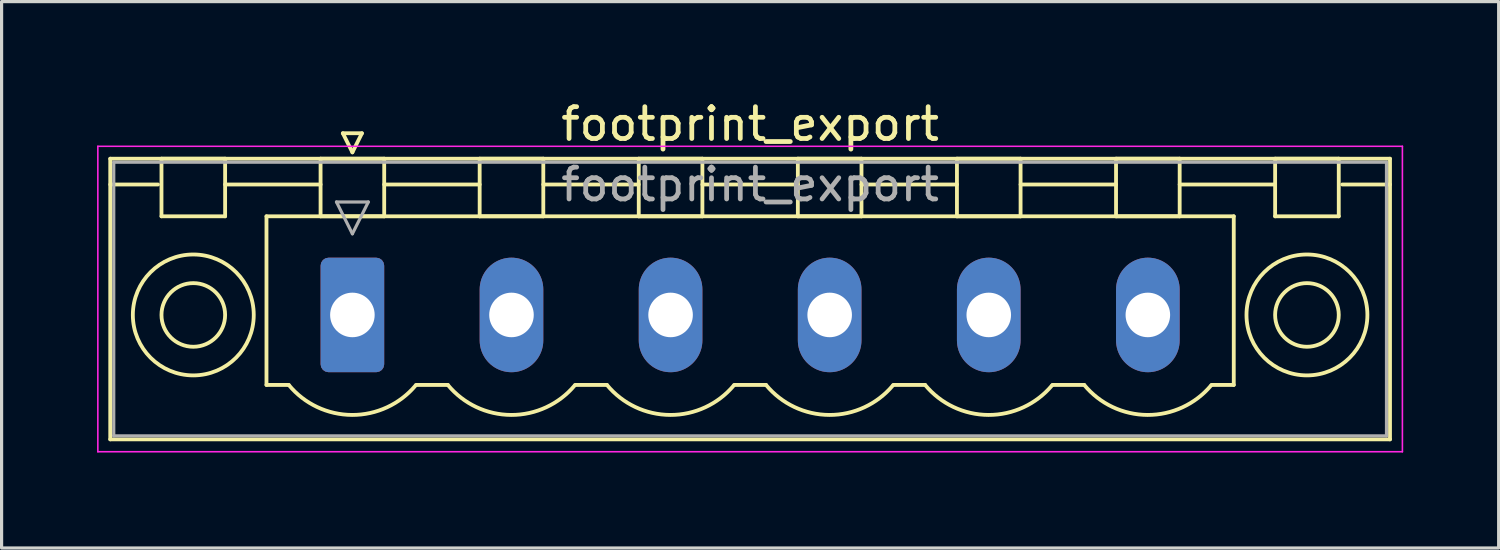
<source format=kicad_pcb>
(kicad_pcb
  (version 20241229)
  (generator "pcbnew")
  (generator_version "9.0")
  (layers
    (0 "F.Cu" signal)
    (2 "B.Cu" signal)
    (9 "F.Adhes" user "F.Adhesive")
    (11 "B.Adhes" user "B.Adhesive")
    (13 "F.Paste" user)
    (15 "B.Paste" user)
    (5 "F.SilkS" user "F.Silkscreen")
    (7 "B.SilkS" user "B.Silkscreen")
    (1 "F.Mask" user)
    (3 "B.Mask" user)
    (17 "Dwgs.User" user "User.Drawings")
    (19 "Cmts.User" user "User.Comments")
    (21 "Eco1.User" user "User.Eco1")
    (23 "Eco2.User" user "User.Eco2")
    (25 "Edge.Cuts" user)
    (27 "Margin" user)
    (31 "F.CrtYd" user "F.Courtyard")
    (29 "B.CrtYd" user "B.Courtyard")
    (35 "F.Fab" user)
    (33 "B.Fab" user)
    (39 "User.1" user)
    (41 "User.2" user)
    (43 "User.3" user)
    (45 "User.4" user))
  (footprint "footprint_export"
    (layer "F.Cu")
    (at 8.025 6.848)
    (property "Reference" "footprint_export" (at 12.5 -6 0) (layer "F.SilkS") (effects (font (size 1 1) (thickness 0.15))))
    (attr through_hole)
    (fp_line (start -7.61 -4.91) (end -7.61 3.91) (stroke (width 0.12) (type solid)) (layer "F.SilkS"))
    (fp_line (start -7.61 -4.1) (end -6.11 -4.1) (stroke (width 0.12) (type solid)) (layer "F.SilkS"))
    (fp_line (start -7.61 3.91) (end 32.61 3.91) (stroke (width 0.12) (type solid)) (layer "F.SilkS"))
    (fp_line (start -6 -4.91) (end -4 -4.91) (stroke (width 0.12) (type solid)) (layer "F.SilkS"))
    (fp_line (start -6 -3.1) (end -6 -4.91) (stroke (width 0.12) (type solid)) (layer "F.SilkS"))
    (fp_line (start -4 -4.91) (end -4 -3.1) (stroke (width 0.12) (type solid)) (layer "F.SilkS"))
    (fp_line (start -4 -4.1) (end -1 -4.1) (stroke (width 0.12) (type solid)) (layer "F.SilkS"))
    (fp_line (start -4 -3.1) (end -6 -3.1) (stroke (width 0.12) (type solid)) (layer "F.SilkS"))
    (fp_line (start -2.7 -3.1) (end 27.7 -3.1) (stroke (width 0.12) (type solid)) (layer "F.SilkS"))
    (fp_line (start -2.7 2.2) (end -2.7 -3.1) (stroke (width 0.12) (type solid)) (layer "F.SilkS"))
    (fp_line (start -2 2.2) (end -2.7 2.2) (stroke (width 0.12) (type solid)) (layer "F.SilkS"))
    (fp_line (start -1 -4.91) (end 1 -4.91) (stroke (width 0.12) (type solid)) (layer "F.SilkS"))
    (fp_line (start -1 -3.1) (end -1 -4.91) (stroke (width 0.12) (type solid)) (layer "F.SilkS"))
    (fp_line (start -0.3 -5.71) (end 0.3 -5.71) (stroke (width 0.12) (type solid)) (layer "F.SilkS"))
    (fp_line (start 0 -5.11) (end -0.3 -5.71) (stroke (width 0.12) (type solid)) (layer "F.SilkS"))
    (fp_line (start 0.3 -5.71) (end 0 -5.11) (stroke (width 0.12) (type solid)) (layer "F.SilkS"))
    (fp_line (start 1 -4.91) (end 1 -3.1) (stroke (width 0.12) (type solid)) (layer "F.SilkS"))
    (fp_line (start 1 -4.1) (end 4 -4.1) (stroke (width 0.12) (type solid)) (layer "F.SilkS"))
    (fp_line (start 1 -3.1) (end -1 -3.1) (stroke (width 0.12) (type solid)) (layer "F.SilkS"))
    (fp_line (start 2 2.2) (end 3 2.2) (stroke (width 0.12) (type solid)) (layer "F.SilkS"))
    (fp_line (start 4 -4.91) (end 6 -4.91) (stroke (width 0.12) (type solid)) (layer "F.SilkS"))
    (fp_line (start 4 -3.1) (end 4 -4.91) (stroke (width 0.12) (type solid)) (layer "F.SilkS"))
    (fp_line (start 6 -4.91) (end 6 -3.1) (stroke (width 0.12) (type solid)) (layer "F.SilkS"))
    (fp_line (start 6 -4.1) (end 9 -4.1) (stroke (width 0.12) (type solid)) (layer "F.SilkS"))
    (fp_line (start 6 -3.1) (end 4 -3.1) (stroke (width 0.12) (type solid)) (layer "F.SilkS"))
    (fp_line (start 7 2.2) (end 8 2.2) (stroke (width 0.12) (type solid)) (layer "F.SilkS"))
    (fp_line (start 9 -4.91) (end 11 -4.91) (stroke (width 0.12) (type solid)) (layer "F.SilkS"))
    (fp_line (start 9 -3.1) (end 9 -4.91) (stroke (width 0.12) (type solid)) (layer "F.SilkS"))
    (fp_line (start 11 -4.91) (end 11 -3.1) (stroke (width 0.12) (type solid)) (layer "F.SilkS"))
    (fp_line (start 11 -4.1) (end 14 -4.1) (stroke (width 0.12) (type solid)) (layer "F.SilkS"))
    (fp_line (start 11 -3.1) (end 9 -3.1) (stroke (width 0.12) (type solid)) (layer "F.SilkS"))
    (fp_line (start 12 2.2) (end 13 2.2) (stroke (width 0.12) (type solid)) (layer "F.SilkS"))
    (fp_line (start 14 -4.91) (end 16 -4.91) (stroke (width 0.12) (type solid)) (layer "F.SilkS"))
    (fp_line (start 14 -3.1) (end 14 -4.91) (stroke (width 0.12) (type solid)) (layer "F.SilkS"))
    (fp_line (start 16 -4.91) (end 16 -3.1) (stroke (width 0.12) (type solid)) (layer "F.SilkS"))
    (fp_line (start 16 -4.1) (end 19 -4.1) (stroke (width 0.12) (type solid)) (layer "F.SilkS"))
    (fp_line (start 16 -3.1) (end 14 -3.1) (stroke (width 0.12) (type solid)) (layer "F.SilkS"))
    (fp_line (start 17 2.2) (end 18 2.2) (stroke (width 0.12) (type solid)) (layer "F.SilkS"))
    (fp_line (start 19 -4.91) (end 21 -4.91) (stroke (width 0.12) (type solid)) (layer "F.SilkS"))
    (fp_line (start 19 -3.1) (end 19 -4.91) (stroke (width 0.12) (type solid)) (layer "F.SilkS"))
    (fp_line (start 21 -4.91) (end 21 -3.1) (stroke (width 0.12) (type solid)) (layer "F.SilkS"))
    (fp_line (start 21 -4.1) (end 24 -4.1) (stroke (width 0.12) (type solid)) (layer "F.SilkS"))
    (fp_line (start 21 -3.1) (end 19 -3.1) (stroke (width 0.12) (type solid)) (layer "F.SilkS"))
    (fp_line (start 22 2.2) (end 23 2.2) (stroke (width 0.12) (type solid)) (layer "F.SilkS"))
    (fp_line (start 24 -4.91) (end 26 -4.91) (stroke (width 0.12) (type solid)) (layer "F.SilkS"))
    (fp_line (start 24 -3.1) (end 24 -4.91) (stroke (width 0.12) (type solid)) (layer "F.SilkS"))
    (fp_line (start 26 -4.91) (end 26 -3.1) (stroke (width 0.12) (type solid)) (layer "F.SilkS"))
    (fp_line (start 26 -4.1) (end 29 -4.1) (stroke (width 0.12) (type solid)) (layer "F.SilkS"))
    (fp_line (start 26 -3.1) (end 24 -3.1) (stroke (width 0.12) (type solid)) (layer "F.SilkS"))
    (fp_line (start 27.7 -3.1) (end 27.7 2.2) (stroke (width 0.12) (type solid)) (layer "F.SilkS"))
    (fp_line (start 27.7 2.2) (end 27 2.2) (stroke (width 0.12) (type solid)) (layer "F.SilkS"))
    (fp_line (start 29 -4.91) (end 31 -4.91) (stroke (width 0.12) (type solid)) (layer "F.SilkS"))
    (fp_line (start 29 -3.1) (end 29 -4.91) (stroke (width 0.12) (type solid)) (layer "F.SilkS"))
    (fp_line (start 31 -4.91) (end 31 -3.1) (stroke (width 0.12) (type solid)) (layer "F.SilkS"))
    (fp_line (start 31 -3.1) (end 29 -3.1) (stroke (width 0.12) (type solid)) (layer "F.SilkS"))
    (fp_line (start 32.61 -4.91) (end -7.61 -4.91) (stroke (width 0.12) (type solid)) (layer "F.SilkS"))
    (fp_line (start 32.61 -4.1) (end 31.11 -4.1) (stroke (width 0.12) (type solid)) (layer "F.SilkS"))
    (fp_line (start 32.61 3.91) (end 32.61 -4.91) (stroke (width 0.12) (type solid)) (layer "F.SilkS"))
    (fp_arc (start 1.986842 2.215821) (mid -0.010289 3.142758) (end -2 2.2) (stroke (width 0.12) (type solid)) (layer "F.SilkS"))
    (fp_arc (start 6.986842 2.215821) (mid 4.989711 3.142758) (end 3 2.2) (stroke (width 0.12) (type solid)) (layer "F.SilkS"))
    (fp_arc (start 11.986842 2.215821) (mid 9.989711 3.142758) (end 8 2.2) (stroke (width 0.12) (type solid)) (layer "F.SilkS"))
    (fp_arc (start 16.986842 2.215821) (mid 14.989711 3.142758) (end 13 2.2) (stroke (width 0.12) (type solid)) (layer "F.SilkS"))
    (fp_arc (start 21.986842 2.215821) (mid 19.989711 3.142758) (end 18 2.2) (stroke (width 0.12) (type solid)) (layer "F.SilkS"))
    (fp_arc (start 26.986842 2.215821) (mid 24.989711 3.142758) (end 23 2.2) (stroke (width 0.12) (type solid)) (layer "F.SilkS"))
    (fp_circle (center -5 0) (end -4 0) (stroke (width 0.12) (type solid)) (fill no) (layer "F.SilkS"))
    (fp_circle (center -5 0) (end -3.1 0) (stroke (width 0.12) (type solid)) (fill no) (layer "F.SilkS"))
    (fp_circle (center 30 0) (end 31 0) (stroke (width 0.12) (type solid)) (fill no) (layer "F.SilkS"))
    (fp_circle (center 30 0) (end 31.9 0) (stroke (width 0.12) (type solid)) (fill no) (layer "F.SilkS"))
    (fp_line (start -8 -5.3) (end -8 4.3) (stroke (width 0.05) (type solid)) (layer "F.CrtYd"))
    (fp_line (start -8 4.3) (end 33 4.3) (stroke (width 0.05) (type solid)) (layer "F.CrtYd"))
    (fp_line (start 33 -5.3) (end -8 -5.3) (stroke (width 0.05) (type solid)) (layer "F.CrtYd"))
    (fp_line (start 33 4.3) (end 33 -5.3) (stroke (width 0.05) (type solid)) (layer "F.CrtYd"))
    (fp_line (start -7.5 -4.8) (end -7.5 3.8) (stroke (width 0.1) (type solid)) (layer "F.Fab"))
    (fp_line (start -7.5 3.8) (end 32.5 3.8) (stroke (width 0.1) (type solid)) (layer "F.Fab"))
    (fp_line (start -0.5 -3.55) (end 0.5 -3.55) (stroke (width 0.1) (type solid)) (layer "F.Fab"))
    (fp_line (start 0 -2.55) (end -0.5 -3.55) (stroke (width 0.1) (type solid)) (layer "F.Fab"))
    (fp_line (start 0.5 -3.55) (end 0 -2.55) (stroke (width 0.1) (type solid)) (layer "F.Fab"))
    (fp_line (start 32.5 -4.8) (end -7.5 -4.8) (stroke (width 0.1) (type solid)) (layer "F.Fab"))
    (fp_line (start 32.5 3.8) (end 32.5 -4.8) (stroke (width 0.1) (type solid)) (layer "F.Fab"))
    (fp_text user "${REFERENCE}" (at 12.5 -4.1 0) (layer "F.Fab") (effects (font (size 1 1) (thickness 0.15))))
    (pad "1" thru_hole roundrect (at 0 0) (size 2 3.6) (drill 1.4) (layers "*.Cu" "*.Mask") (roundrect_rratio 0.125))
    (pad "2" thru_hole oval (at 5 0) (size 2 3.6) (drill 1.4) (layers "*.Cu" "*.Mask"))
    (pad "3" thru_hole oval (at 10 0) (size 2 3.6) (drill 1.4) (layers "*.Cu" "*.Mask"))
    (pad "4" thru_hole oval (at 15 0) (size 2 3.6) (drill 1.4) (layers "*.Cu" "*.Mask"))
    (pad "5" thru_hole oval (at 20 0) (size 2 3.6) (drill 1.4) (layers "*.Cu" "*.Mask"))
    (pad "6" thru_hole oval (at 25 0) (size 2 3.6) (drill 1.4) (layers "*.Cu" "*.Mask")))
  (gr_rect
    (start -3 -3)
    (end 44.05 14.173)
    (stroke (width 0.1) (type default))
    (fill no)
    (layer "Edge.Cuts")))
</source>
